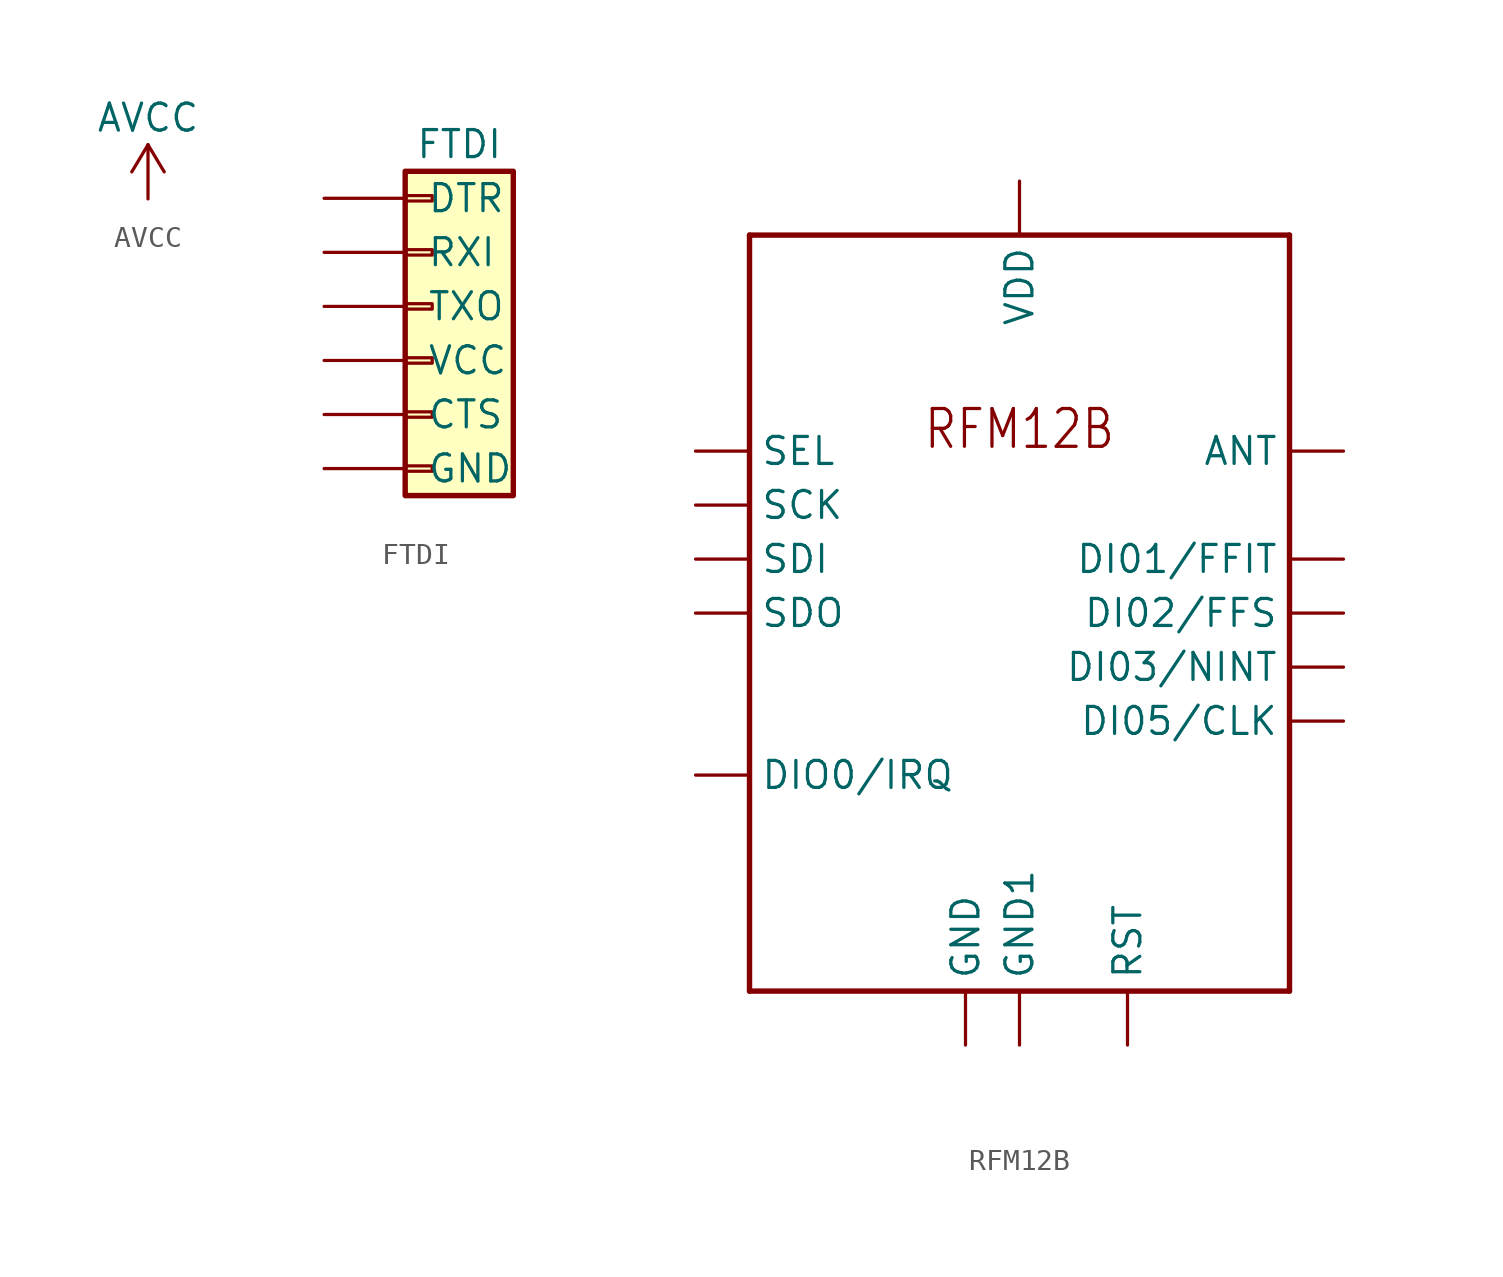
<source format=kicad_sym>
(kicad_symbol_lib
  (version 20220914)
  (generator kicad_symbol_editor)
  (symbol "AVCC"
    (power)
    (pin_names
      (offset 0))
    (property "Reference" "#PWR"
      (at 0 -3.81 0)
      (effects (font (size 1.27 1.27)) hide))
    (property "Value" "AVCC"
      (at 0 3.81 0)
      (effects (font (size 1.27 1.27))))
    (symbol "AVCC_0_1"
      (polyline (pts (xy -0.762 1.27) (xy 0 2.54)) (stroke (width 0) (type default)) (fill (type none)))
      (polyline (pts (xy 0 0) (xy 0 2.54)) (stroke (width 0) (type default)) (fill (type none)))
      (polyline (pts (xy 0 2.54) (xy 0.762 1.27)) (stroke (width 0) (type default)) (fill (type none))))
    (symbol "AVCC_1_1"
      (pin power_in line (at 0 0 90) (length 0) hide (name "AVCC" (effects (font (size 1.27 1.27)))) (number "1" (effects (font (size 1.27 1.27)))))))
  (symbol "FTDI"
    (pin_numbers hide)
    (pin_names
      (offset 1.016))
    (property "Reference" "J"
      (at 0 7.62 0)
      (effects (font (size 1.27 1.27)) hide))
    (property "Value" "FTDI"
      (at 0 7.62 0)
      (effects (font (size 1.27 1.27))))
    (symbol "FTDI_1_1"
      (rectangle (start -2.54 -7.493) (end -1.27 -7.747) (stroke (width 0.152) (type default)) (fill (type none)))
      (rectangle (start -2.54 -4.953) (end -1.27 -5.207) (stroke (width 0.152) (type default)) (fill (type none)))
      (rectangle (start -2.54 -2.413) (end -1.27 -2.667) (stroke (width 0.152) (type default)) (fill (type none)))
      (rectangle (start -2.54 0.127) (end -1.27 -0.127) (stroke (width 0.152) (type default)) (fill (type none)))
      (rectangle (start -2.54 2.667) (end -1.27 2.413) (stroke (width 0.152) (type default)) (fill (type none)))
      (rectangle (start -2.54 5.207) (end -1.27 4.953) (stroke (width 0.152) (type default)) (fill (type none)))
      (rectangle (start -2.54 6.35) (end 2.54 -8.89) (stroke (width 0.254) (type default)) (fill (type background)))
      (pin bidirectional line (at -6.35 5.08 0) (length 3.81) (name "DTR" (effects (font (size 1.27 1.27)))) (number "1" (effects (font (size 1.27 1.27)))))
      (pin input line (at -6.35 2.54 0) (length 3.81) (name "RXI" (effects (font (size 1.27 1.27)))) (number "2" (effects (font (size 1.27 1.27)))))
      (pin output line (at -6.35 0 0) (length 3.81) (name "TXO" (effects (font (size 1.27 1.27)))) (number "3" (effects (font (size 1.27 1.27)))))
      (pin power_in line (at -6.35 -2.54 0) (length 3.81) (name "VCC" (effects (font (size 1.27 1.27)))) (number "4" (effects (font (size 1.27 1.27)))))
      (pin passive line (at -6.35 -5.08 0) (length 3.81) (name "CTS" (effects (font (size 1.27 1.27)))) (number "5" (effects (font (size 1.27 1.27)))))
      (pin power_in line (at -6.35 -7.62 0) (length 3.81) (name "GND" (effects (font (size 1.27 1.27)))) (number "6" (effects (font (size 1.27 1.27)))))))
  (symbol "RFM12B"
    (property "Reference" "RF1"
      (at 0 8.89 0)
      (effects (font (size 1.27 1.27)) hide))
    (property "ki_locked" ""
      (at 0 0 0)
      (effects (font (size 1.27 1.27))))
    (symbol "RFM12B_1_0"
      (polyline (pts (xy -12.7 -15.24) (xy -12.7 20.32)) (stroke (width 0.254) (type default)) (fill (type none)))
      (polyline (pts (xy -12.7 20.32) (xy 12.7 20.32)) (stroke (width 0.254) (type default)) (fill (type none)))
      (polyline (pts (xy 12.7 -15.24) (xy -12.7 -15.24)) (stroke (width 0.254) (type default)) (fill (type none)))
      (polyline (pts (xy 12.7 20.32) (xy 12.7 -15.24)) (stroke (width 0.254) (type default)) (fill (type none)))
      (text "RFM12B" (at 0 10.16 0) (effects (font (size 1.778 1.511)) (justify bottom)))
      (pin passive line (at 15.24 10.16 180) (length 2.54) (name "ANT" (effects (font (size 1.27 1.27)))) (number "ANT" (effects (font (size 0 0)))))
      (pin passive line (at 15.24 -2.54 180) (length 2.54) (name "DI05/CLK" (effects (font (size 1.27 1.27)))) (number "CLK" (effects (font (size 0 0)))))
      (pin passive line (at 15.24 5.08 180) (length 2.54) (name "DI01/FFIT" (effects (font (size 1.27 1.27)))) (number "FFIT" (effects (font (size 0 0)))))
      (pin bidirectional line (at 15.24 2.54 180) (length 2.54) (name "DI02/FFS" (effects (font (size 1.27 1.27)))) (number "FFS" (effects (font (size 0 0)))))
      (pin power_in line (at -2.54 -17.78 90) (length 2.54) (name "GND" (effects (font (size 1.27 1.27)))) (number "GND" (effects (font (size 0 0)))))
      (pin power_in line (at 0 -17.78 90) (length 2.54) (name "GND1" (effects (font (size 1.27 1.27)))) (number "GND1" (effects (font (size 0 0)))))
      (pin open_collector line (at -15.24 -5.08 0) (length 2.54) (name "DIO0/IRQ" (effects (font (size 1.27 1.27)))) (number "IRQ" (effects (font (size 0 0)))))
      (pin passive line (at 15.24 0 180) (length 2.54) (name "DI03/NINT" (effects (font (size 1.27 1.27)))) (number "NINT" (effects (font (size 0 0)))))
      (pin open_collector line (at 5.08 -17.78 90) (length 2.54) (name "RST" (effects (font (size 1.27 1.27)))) (number "RST" (effects (font (size 0 0)))))
      (pin input line (at -15.24 7.62 0) (length 2.54) (name "SCK" (effects (font (size 1.27 1.27)))) (number "SCK" (effects (font (size 0 0)))))
      (pin input line (at -15.24 5.08 0) (length 2.54) (name "SDI" (effects (font (size 1.27 1.27)))) (number "SDI" (effects (font (size 0 0)))))
      (pin output line (at -15.24 2.54 0) (length 2.54) (name "SDO" (effects (font (size 1.27 1.27)))) (number "SDO" (effects (font (size 0 0)))))
      (pin input line (at -15.24 10.16 0) (length 2.54) (name "SEL" (effects (font (size 1.27 1.27)))) (number "SEL" (effects (font (size 0 0)))))
      (pin power_in line (at 0 22.86 270) (length 2.54) (name "VDD" (effects (font (size 1.27 1.27)))) (number "VDD" (effects (font (size 0 0))))))))
</source>
